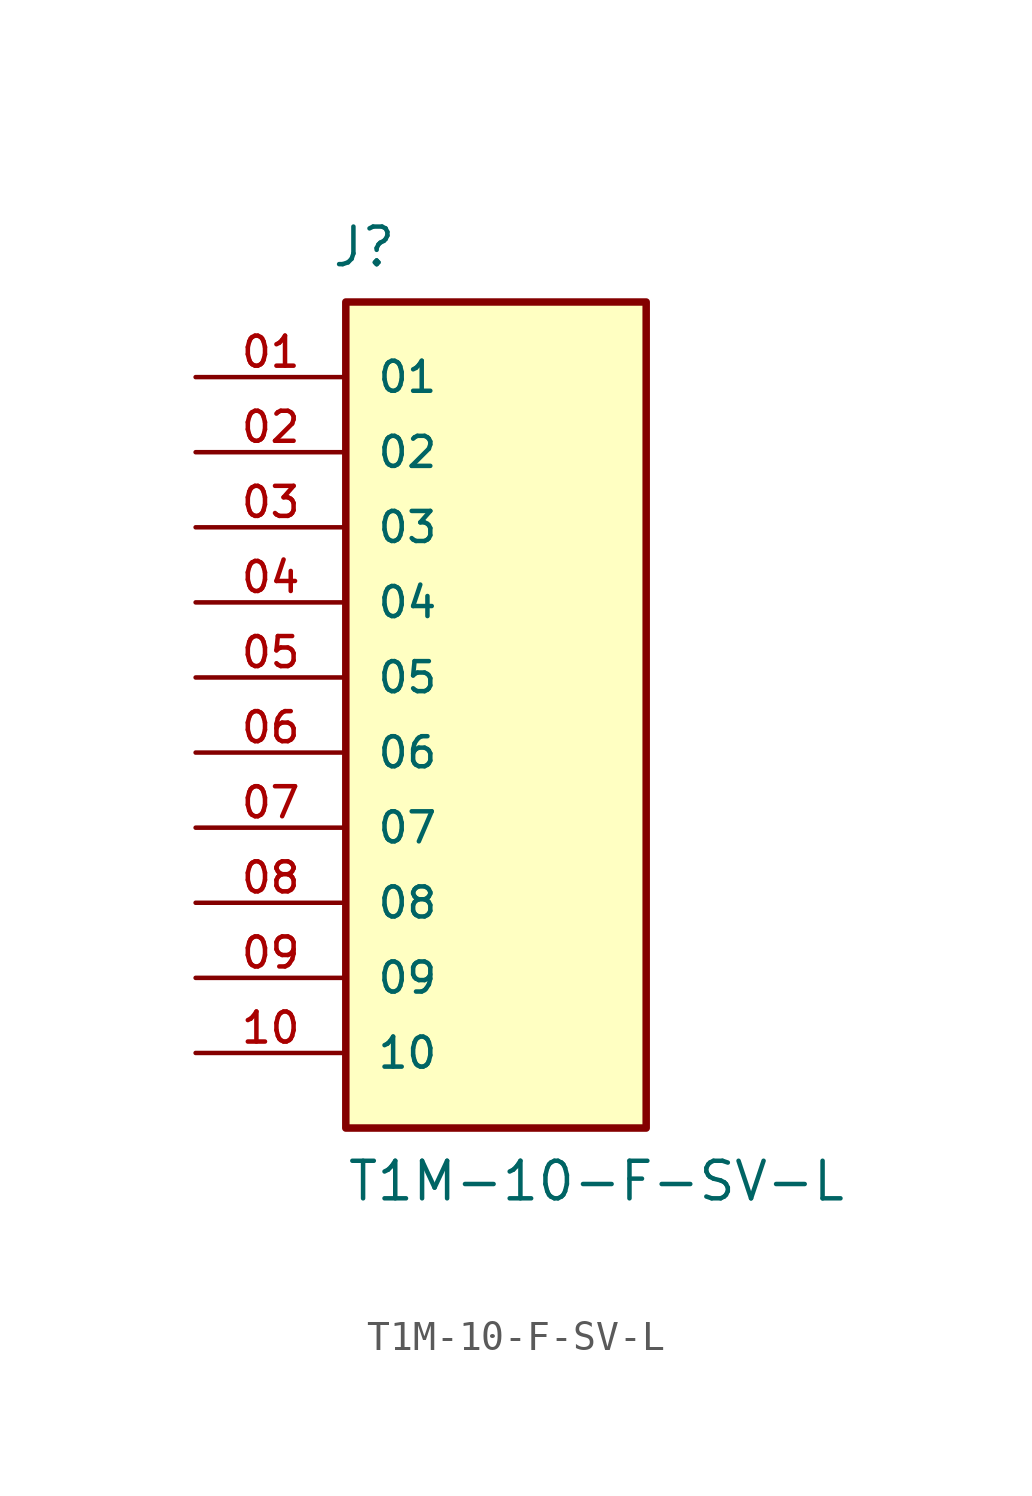
<source format=kicad_sym>
(kicad_symbol_lib
  (version 20211014)
  (generator kicad_symbol_editor)
  (symbol "T1M-10-F-SV-L"
    (pin_names
      (offset 1.016))
    (property "Reference" "J"
      (at -5.588 13.818 0)
      (effects (font (size 1.27 1.27)) (justify left bottom)))
    (property "Value" "T1M-10-F-SV-L"
      (at -5.08 -17.78 0)
      (effects (font (size 1.27 1.27)) (justify left bottom)))
    (property "ki_locked" ""
      (at 0 0 0)
      (effects (font (size 1.27 1.27))))
    (symbol "T1M-10-F-SV-L_0_0"
      (rectangle (start -5.08 -15.24) (end 5.08 12.7) (stroke (width 0.254) (type default) (color 0 0 0 0)) (fill (type background)))
      (pin passive line (at -10.16 10.16 0) (length 5.08) (name "01" (effects (font (size 1.016 1.016)))) (number "01" (effects (font (size 1.016 1.016)))))
      (pin passive line (at -10.16 7.62 0) (length 5.08) (name "02" (effects (font (size 1.016 1.016)))) (number "02" (effects (font (size 1.016 1.016)))))
      (pin passive line (at -10.16 5.08 0) (length 5.08) (name "03" (effects (font (size 1.016 1.016)))) (number "03" (effects (font (size 1.016 1.016)))))
      (pin passive line (at -10.16 2.54 0) (length 5.08) (name "04" (effects (font (size 1.016 1.016)))) (number "04" (effects (font (size 1.016 1.016)))))
      (pin passive line (at -10.16 0 0) (length 5.08) (name "05" (effects (font (size 1.016 1.016)))) (number "05" (effects (font (size 1.016 1.016)))))
      (pin passive line (at -10.16 -2.54 0) (length 5.08) (name "06" (effects (font (size 1.016 1.016)))) (number "06" (effects (font (size 1.016 1.016)))))
      (pin passive line (at -10.16 -5.08 0) (length 5.08) (name "07" (effects (font (size 1.016 1.016)))) (number "07" (effects (font (size 1.016 1.016)))))
      (pin passive line (at -10.16 -7.62 0) (length 5.08) (name "08" (effects (font (size 1.016 1.016)))) (number "08" (effects (font (size 1.016 1.016)))))
      (pin passive line (at -10.16 -10.16 0) (length 5.08) (name "09" (effects (font (size 1.016 1.016)))) (number "09" (effects (font (size 1.016 1.016)))))
      (pin passive line (at -10.16 -12.7 0) (length 5.08) (name "10" (effects (font (size 1.016 1.016)))) (number "10" (effects (font (size 1.016 1.016))))))))
</source>
